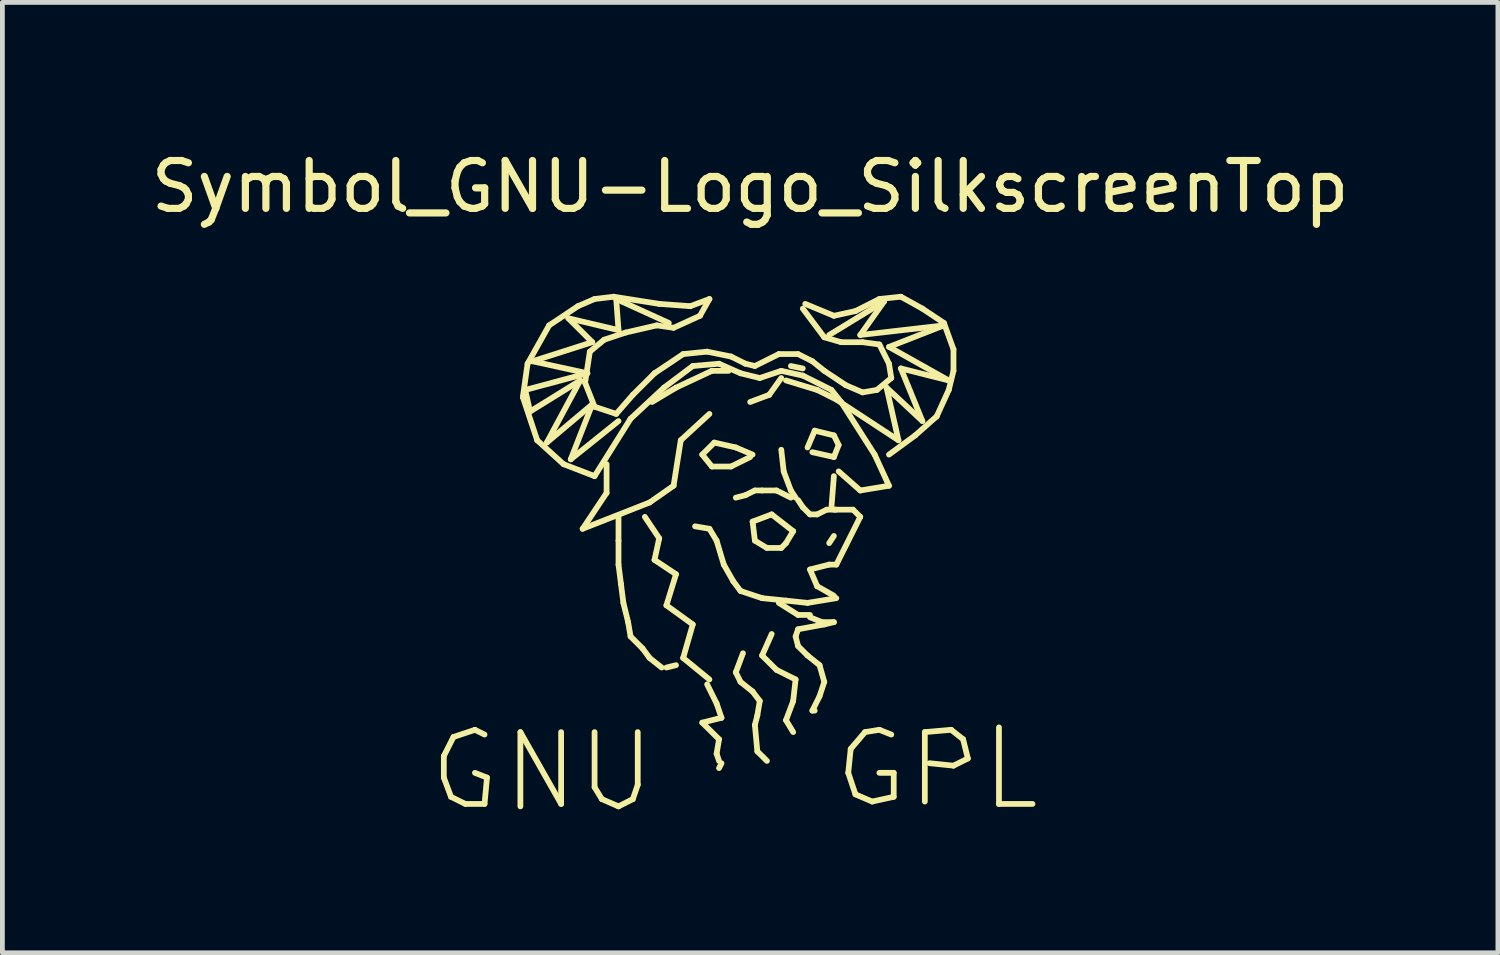
<source format=kicad_pcb>
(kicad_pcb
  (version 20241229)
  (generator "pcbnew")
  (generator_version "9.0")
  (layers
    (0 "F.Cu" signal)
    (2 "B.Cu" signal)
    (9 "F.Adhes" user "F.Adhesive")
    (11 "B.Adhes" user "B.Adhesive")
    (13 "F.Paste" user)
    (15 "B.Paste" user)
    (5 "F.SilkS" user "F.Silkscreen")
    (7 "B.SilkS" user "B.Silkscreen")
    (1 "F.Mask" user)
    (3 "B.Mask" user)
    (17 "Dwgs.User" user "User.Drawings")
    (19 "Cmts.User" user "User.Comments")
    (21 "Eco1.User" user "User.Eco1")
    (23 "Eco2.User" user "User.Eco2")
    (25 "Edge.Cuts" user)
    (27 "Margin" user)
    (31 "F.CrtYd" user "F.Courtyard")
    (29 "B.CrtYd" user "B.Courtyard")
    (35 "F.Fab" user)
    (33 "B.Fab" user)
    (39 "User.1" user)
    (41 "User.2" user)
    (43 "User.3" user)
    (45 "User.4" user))
  (footprint "Symbol_GNU-Logo_SilkscreenTop"
    (layer "F.Cu")
    (at 12.625 6.899)
    (property "Reference" "Symbol_GNU-Logo_SilkscreenTop" (at 0 -6.05 0) (layer "F.SilkS") (effects (font (size 1 1) (thickness 0.15))))
    (attr exclude_from_pos_files exclude_from_bom)
    (fp_line (start -6.401 5.85) (end -6.401 6.299) (stroke (width 0.12) (type solid)) (layer "F.SilkS"))
    (fp_line (start -6.401 6.299) (end -6.251 6.701) (stroke (width 0.12) (type solid)) (layer "F.SilkS"))
    (fp_line (start -6.251 6.701) (end -5.951 6.85) (stroke (width 0.12) (type solid)) (layer "F.SilkS"))
    (fp_line (start -6.2 5.451) (end -6.401 5.85) (stroke (width 0.12) (type solid)) (layer "F.SilkS"))
    (fp_line (start -5.951 6.85) (end -5.55 6.85) (stroke (width 0.12) (type solid)) (layer "F.SilkS"))
    (fp_line (start -5.751 5.301) (end -6.2 5.451) (stroke (width 0.12) (type solid)) (layer "F.SilkS"))
    (fp_line (start -5.55 5.4) (end -5.751 5.301) (stroke (width 0.12) (type solid)) (layer "F.SilkS"))
    (fp_line (start -5.55 6.85) (end -5.499 6.299) (stroke (width 0.12) (type solid)) (layer "F.SilkS"))
    (fp_line (start -5.499 6.299) (end -5.751 6.2) (stroke (width 0.12) (type solid)) (layer "F.SilkS"))
    (fp_line (start -4.801 5.349) (end -3.95 6.85) (stroke (width 0.12) (type solid)) (layer "F.SilkS"))
    (fp_line (start -4.801 6.901) (end -4.801 5.349) (stroke (width 0.12) (type solid)) (layer "F.SilkS"))
    (fp_line (start -4.75 -1.651) (end -4.45 -0.749) (stroke (width 0.12) (type solid)) (layer "F.SilkS"))
    (fp_line (start -4.699 -1.801) (end -3.401 -2.149) (stroke (width 0.12) (type solid)) (layer "F.SilkS"))
    (fp_line (start -4.651 -2.349) (end -4.75 -1.651) (stroke (width 0.12) (type solid)) (layer "F.SilkS"))
    (fp_line (start -4.6 -1.349) (end -4.699 -1.801) (stroke (width 0.12) (type solid)) (layer "F.SilkS"))
    (fp_line (start -4.549 -2.4) (end -3.299 -2.799) (stroke (width 0.12) (type solid)) (layer "F.SilkS"))
    (fp_line (start -4.45 -0.749) (end -3.899 -0.249) (stroke (width 0.12) (type solid)) (layer "F.SilkS"))
    (fp_line (start -4.249 -0.701) (end -3.551 -1.999) (stroke (width 0.12) (type solid)) (layer "F.SilkS"))
    (fp_line (start -4.201 -3.15) (end -4.651 -2.349) (stroke (width 0.12) (type solid)) (layer "F.SilkS"))
    (fp_line (start -3.95 6.85) (end -3.95 5.349) (stroke (width 0.12) (type solid)) (layer "F.SilkS"))
    (fp_line (start -3.899 -0.249) (end -3.251 0) (stroke (width 0.12) (type solid)) (layer "F.SilkS"))
    (fp_line (start -3.8 -3.299) (end -2.751 -3.051) (stroke (width 0.12) (type solid)) (layer "F.SilkS"))
    (fp_line (start -3.749 -0.351) (end -3.299 -1.501) (stroke (width 0.12) (type solid)) (layer "F.SilkS"))
    (fp_line (start -3.599 -3.551) (end -4.201 -3.15) (stroke (width 0.12) (type solid)) (layer "F.SilkS"))
    (fp_line (start -3.551 -1.999) (end -4.6 -1.349) (stroke (width 0.12) (type solid)) (layer "F.SilkS"))
    (fp_line (start -3.5 1.1) (end -2.101 0.551) (stroke (width 0.12) (type solid)) (layer "F.SilkS"))
    (fp_line (start -3.449 -1.951) (end -3.35 -2.601) (stroke (width 0.12) (type solid)) (layer "F.SilkS"))
    (fp_line (start -3.401 -2.149) (end -4.549 -2.4) (stroke (width 0.12) (type solid)) (layer "F.SilkS"))
    (fp_line (start -3.35 -2.601) (end -3.051 -2.85) (stroke (width 0.12) (type solid)) (layer "F.SilkS"))
    (fp_line (start -3.299 -2.799) (end -3.8 -3.299) (stroke (width 0.12) (type solid)) (layer "F.SilkS"))
    (fp_line (start -3.299 -1.501) (end -4.249 -0.701) (stroke (width 0.12) (type solid)) (layer "F.SilkS"))
    (fp_line (start -3.251 -3.701) (end -3.599 -3.551) (stroke (width 0.12) (type solid)) (layer "F.SilkS"))
    (fp_line (start -3.251 -1.45) (end -3.449 -1.951) (stroke (width 0.12) (type solid)) (layer "F.SilkS"))
    (fp_line (start -3.251 0) (end -2.499 -1.199) (stroke (width 0.12) (type solid)) (layer "F.SilkS"))
    (fp_line (start -3.251 5.349) (end -3.251 6.5) (stroke (width 0.12) (type solid)) (layer "F.SilkS"))
    (fp_line (start -3.251 6.5) (end -3.099 6.749) (stroke (width 0.12) (type solid)) (layer "F.SilkS"))
    (fp_line (start -3.099 6.749) (end -2.751 6.901) (stroke (width 0.12) (type solid)) (layer "F.SilkS"))
    (fp_line (start -3.051 -2.85) (end -2.601 -3) (stroke (width 0.12) (type solid)) (layer "F.SilkS"))
    (fp_line (start -3 -0.249) (end -3 0.351) (stroke (width 0.12) (type solid)) (layer "F.SilkS"))
    (fp_line (start -3 0.351) (end -3.5 1.1) (stroke (width 0.12) (type solid)) (layer "F.SilkS"))
    (fp_line (start -2.85 -3.749) (end -3.251 -3.701) (stroke (width 0.12) (type solid)) (layer "F.SilkS"))
    (fp_line (start -2.799 -3.701) (end -1.699 -3.2) (stroke (width 0.12) (type solid)) (layer "F.SilkS"))
    (fp_line (start -2.799 -1.3) (end -3.251 -1.45) (stroke (width 0.12) (type solid)) (layer "F.SilkS"))
    (fp_line (start -2.751 -3.051) (end -2.799 -3.701) (stroke (width 0.12) (type solid)) (layer "F.SilkS"))
    (fp_line (start -2.751 -1.151) (end -3.749 -0.351) (stroke (width 0.12) (type solid)) (layer "F.SilkS"))
    (fp_line (start -2.751 1.349) (end -2.751 0.851) (stroke (width 0.12) (type solid)) (layer "F.SilkS"))
    (fp_line (start -2.751 1.849) (end -2.751 1.349) (stroke (width 0.12) (type solid)) (layer "F.SilkS"))
    (fp_line (start -2.751 6.901) (end -2.451 6.749) (stroke (width 0.12) (type solid)) (layer "F.SilkS"))
    (fp_line (start -2.7 2.25) (end -2.751 1.849) (stroke (width 0.12) (type solid)) (layer "F.SilkS"))
    (fp_line (start -2.649 2.649) (end -2.7 2.25) (stroke (width 0.12) (type solid)) (layer "F.SilkS"))
    (fp_line (start -2.601 -3) (end -1.951 -3.15) (stroke (width 0.12) (type solid)) (layer "F.SilkS"))
    (fp_line (start -2.55 3.051) (end -2.649 2.649) (stroke (width 0.12) (type solid)) (layer "F.SilkS"))
    (fp_line (start -2.499 -1.199) (end -1.801 -1.849) (stroke (width 0.12) (type solid)) (layer "F.SilkS"))
    (fp_line (start -2.499 3.35) (end -2.55 3.051) (stroke (width 0.12) (type solid)) (layer "F.SilkS"))
    (fp_line (start -2.451 -1.699) (end -2.799 -1.3) (stroke (width 0.12) (type solid)) (layer "F.SilkS"))
    (fp_line (start -2.451 6.749) (end -2.349 6.449) (stroke (width 0.12) (type solid)) (layer "F.SilkS"))
    (fp_line (start -2.349 6.449) (end -2.349 5.349) (stroke (width 0.12) (type solid)) (layer "F.SilkS"))
    (fp_line (start -2.25 3.599) (end -2.499 3.35) (stroke (width 0.12) (type solid)) (layer "F.SilkS"))
    (fp_line (start -2.2 0.851) (end -1.9 1.3) (stroke (width 0.12) (type solid)) (layer "F.SilkS"))
    (fp_line (start -2.101 0.551) (end -1.6 0.201) (stroke (width 0.12) (type solid)) (layer "F.SilkS"))
    (fp_line (start -2.101 3.8) (end -2.25 3.599) (stroke (width 0.12) (type solid)) (layer "F.SilkS"))
    (fp_line (start -2.05 -1.549) (end -1.549 -1.849) (stroke (width 0.12) (type solid)) (layer "F.SilkS"))
    (fp_line (start -1.999 -2.149) (end -2.451 -1.699) (stroke (width 0.12) (type solid)) (layer "F.SilkS"))
    (fp_line (start -1.999 1.75) (end -1.549 2.05) (stroke (width 0.12) (type solid)) (layer "F.SilkS"))
    (fp_line (start -1.951 -3.15) (end -1.6 -3.099) (stroke (width 0.12) (type solid)) (layer "F.SilkS"))
    (fp_line (start -1.9 -3.599) (end -2.85 -3.749) (stroke (width 0.12) (type solid)) (layer "F.SilkS"))
    (fp_line (start -1.9 1.3) (end -1.999 1.75) (stroke (width 0.12) (type solid)) (layer "F.SilkS"))
    (fp_line (start -1.849 4) (end -2.101 3.8) (stroke (width 0.12) (type solid)) (layer "F.SilkS"))
    (fp_line (start -1.801 -1.849) (end -1.199 -2.301) (stroke (width 0.12) (type solid)) (layer "F.SilkS"))
    (fp_line (start -1.75 2.7) (end -1.199 3.099) (stroke (width 0.12) (type solid)) (layer "F.SilkS"))
    (fp_line (start -1.75 4) (end -1.549 3.95) (stroke (width 0.12) (type solid)) (layer "F.SilkS"))
    (fp_line (start -1.6 -3.099) (end -1.049 -3.35) (stroke (width 0.12) (type solid)) (layer "F.SilkS"))
    (fp_line (start -1.6 0.201) (end -1.45 -0.749) (stroke (width 0.12) (type solid)) (layer "F.SilkS"))
    (fp_line (start -1.549 -1.849) (end -0.8 -2.2) (stroke (width 0.12) (type solid)) (layer "F.SilkS"))
    (fp_line (start -1.549 2.05) (end -1.75 2.7) (stroke (width 0.12) (type solid)) (layer "F.SilkS"))
    (fp_line (start -1.45 -0.749) (end -0.851 -1.3) (stroke (width 0.12) (type solid)) (layer "F.SilkS"))
    (fp_line (start -1.4 -2.55) (end -1.999 -2.149) (stroke (width 0.12) (type solid)) (layer "F.SilkS"))
    (fp_line (start -1.4 3.8) (end -0.851 4.249) (stroke (width 0.12) (type solid)) (layer "F.SilkS"))
    (fp_line (start -1.25 -3.551) (end -1.9 -3.599) (stroke (width 0.12) (type solid)) (layer "F.SilkS"))
    (fp_line (start -1.199 -2.301) (end -0.65 -2.349) (stroke (width 0.12) (type solid)) (layer "F.SilkS"))
    (fp_line (start -1.199 3.099) (end -1.4 3.8) (stroke (width 0.12) (type solid)) (layer "F.SilkS"))
    (fp_line (start -1.049 -3.35) (end -0.851 -3.701) (stroke (width 0.12) (type solid)) (layer "F.SilkS"))
    (fp_line (start -1.001 -0.45) (end -0.8 -0.201) (stroke (width 0.12) (type solid)) (layer "F.SilkS"))
    (fp_line (start -1.001 5.151) (end -0.65 5.499) (stroke (width 0.12) (type solid)) (layer "F.SilkS"))
    (fp_line (start -0.899 -2.601) (end -1.4 -2.55) (stroke (width 0.12) (type solid)) (layer "F.SilkS"))
    (fp_line (start -0.899 4.351) (end -0.701 4.75) (stroke (width 0.12) (type solid)) (layer "F.SilkS"))
    (fp_line (start -0.851 -3.701) (end -1.25 -3.551) (stroke (width 0.12) (type solid)) (layer "F.SilkS"))
    (fp_line (start -0.851 1.1) (end -1.151 1.049) (stroke (width 0.12) (type solid)) (layer "F.SilkS"))
    (fp_line (start -0.8 -2.2) (end -0.45 -2.2) (stroke (width 0.12) (type solid)) (layer "F.SilkS"))
    (fp_line (start -0.8 -0.201) (end -0.399 -0.201) (stroke (width 0.12) (type solid)) (layer "F.SilkS"))
    (fp_line (start -0.749 -0.701) (end -1.001 -0.45) (stroke (width 0.12) (type solid)) (layer "F.SilkS"))
    (fp_line (start -0.701 1.349) (end -0.851 1.1) (stroke (width 0.12) (type solid)) (layer "F.SilkS"))
    (fp_line (start -0.701 4.75) (end -0.599 5.05) (stroke (width 0.12) (type solid)) (layer "F.SilkS"))
    (fp_line (start -0.701 5.799) (end -0.65 5.951) (stroke (width 0.12) (type solid)) (layer "F.SilkS"))
    (fp_line (start -0.65 -2.349) (end -0.201 -2.149) (stroke (width 0.12) (type solid)) (layer "F.SilkS"))
    (fp_line (start -0.65 5.499) (end -0.701 5.799) (stroke (width 0.12) (type solid)) (layer "F.SilkS"))
    (fp_line (start -0.599 5.05) (end -1.001 5.151) (stroke (width 0.12) (type solid)) (layer "F.SilkS"))
    (fp_line (start -0.599 5.999) (end -0.65 6.101) (stroke (width 0.12) (type solid)) (layer "F.SilkS"))
    (fp_line (start -0.551 1.849) (end -0.701 1.349) (stroke (width 0.12) (type solid)) (layer "F.SilkS"))
    (fp_line (start -0.399 -2.499) (end -0.899 -2.601) (stroke (width 0.12) (type solid)) (layer "F.SilkS"))
    (fp_line (start -0.399 -0.201) (end 0 -0.399) (stroke (width 0.12) (type solid)) (layer "F.SilkS"))
    (fp_line (start -0.351 2.2) (end -0.551 1.849) (stroke (width 0.12) (type solid)) (layer "F.SilkS"))
    (fp_line (start -0.3 -0.599) (end -0.749 -0.701) (stroke (width 0.12) (type solid)) (layer "F.SilkS"))
    (fp_line (start -0.3 4.1) (end -0.201 4.3) (stroke (width 0.12) (type solid)) (layer "F.SilkS"))
    (fp_line (start -0.201 -2.149) (end 0.201 -2.05) (stroke (width 0.12) (type solid)) (layer "F.SilkS"))
    (fp_line (start -0.201 2.4) (end -0.351 2.2) (stroke (width 0.12) (type solid)) (layer "F.SilkS"))
    (fp_line (start -0.201 4.3) (end 0.051 4.501) (stroke (width 0.12) (type solid)) (layer "F.SilkS"))
    (fp_line (start -0.15 3.701) (end -0.3 4.1) (stroke (width 0.12) (type solid)) (layer "F.SilkS"))
    (fp_line (start -0.099 -2.349) (end -0.399 -2.499) (stroke (width 0.12) (type solid)) (layer "F.SilkS"))
    (fp_line (start -0.099 0.399) (end -0.3 0.45) (stroke (width 0.12) (type solid)) (layer "F.SilkS"))
    (fp_line (start 0 -1.549) (end 0.399 -1.699) (stroke (width 0.12) (type solid)) (layer "F.SilkS"))
    (fp_line (start 0.051 -0.45) (end -0.3 -0.599) (stroke (width 0.12) (type solid)) (layer "F.SilkS"))
    (fp_line (start 0.051 0.95) (end 0.099 1.349) (stroke (width 0.12) (type solid)) (layer "F.SilkS"))
    (fp_line (start 0.051 4.501) (end 0.201 4.699) (stroke (width 0.12) (type solid)) (layer "F.SilkS"))
    (fp_line (start 0.099 -2.301) (end -0.099 -2.349) (stroke (width 0.12) (type solid)) (layer "F.SilkS"))
    (fp_line (start 0.099 0.3) (end -0.099 0.399) (stroke (width 0.12) (type solid)) (layer "F.SilkS"))
    (fp_line (start 0.099 1.349) (end 0.351 1.501) (stroke (width 0.12) (type solid)) (layer "F.SilkS"))
    (fp_line (start 0.099 5.199) (end 0.15 5.751) (stroke (width 0.12) (type solid)) (layer "F.SilkS"))
    (fp_line (start 0.15 5.001) (end 0.099 5.199) (stroke (width 0.12) (type solid)) (layer "F.SilkS"))
    (fp_line (start 0.15 5.751) (end 0.351 5.951) (stroke (width 0.12) (type solid)) (layer "F.SilkS"))
    (fp_line (start 0.201 -2.05) (end 0.65 -2.2) (stroke (width 0.12) (type solid)) (layer "F.SilkS"))
    (fp_line (start 0.201 4.699) (end 0.15 5.001) (stroke (width 0.12) (type solid)) (layer "F.SilkS"))
    (fp_line (start 0.249 0.3) (end 0.099 0.3) (stroke (width 0.12) (type solid)) (layer "F.SilkS"))
    (fp_line (start 0.249 2.55) (end -0.201 2.4) (stroke (width 0.12) (type solid)) (layer "F.SilkS"))
    (fp_line (start 0.249 3.749) (end 0.551 4.049) (stroke (width 0.12) (type solid)) (layer "F.SilkS"))
    (fp_line (start 0.351 1.501) (end 0.65 1.501) (stroke (width 0.12) (type solid)) (layer "F.SilkS"))
    (fp_line (start 0.399 -1.699) (end 0.65 -2.05) (stroke (width 0.12) (type solid)) (layer "F.SilkS"))
    (fp_line (start 0.45 0.8) (end 0.051 0.95) (stroke (width 0.12) (type solid)) (layer "F.SilkS"))
    (fp_line (start 0.45 3.299) (end 0.249 3.749) (stroke (width 0.12) (type solid)) (layer "F.SilkS"))
    (fp_line (start 0.551 0.3) (end 0.249 0.3) (stroke (width 0.12) (type solid)) (layer "F.SilkS"))
    (fp_line (start 0.551 4.049) (end 0.95 4.249) (stroke (width 0.12) (type solid)) (layer "F.SilkS"))
    (fp_line (start 0.599 -2.55) (end 0.099 -2.301) (stroke (width 0.12) (type solid)) (layer "F.SilkS"))
    (fp_line (start 0.599 2.649) (end 1.001 2.901) (stroke (width 0.12) (type solid)) (layer "F.SilkS"))
    (fp_line (start 0.65 -2.2) (end 1.1 -2.101) (stroke (width 0.12) (type solid)) (layer "F.SilkS"))
    (fp_line (start 0.65 -0.551) (end 0.701 -0.099) (stroke (width 0.12) (type solid)) (layer "F.SilkS"))
    (fp_line (start 0.65 1.501) (end 0.749 1.4) (stroke (width 0.12) (type solid)) (layer "F.SilkS"))
    (fp_line (start 0.701 -0.099) (end 0.851 0.3) (stroke (width 0.12) (type solid)) (layer "F.SilkS"))
    (fp_line (start 0.749 -1.999) (end 1.4 -1.801) (stroke (width 0.12) (type solid)) (layer "F.SilkS"))
    (fp_line (start 0.749 1.4) (end 0.899 1.151) (stroke (width 0.12) (type solid)) (layer "F.SilkS"))
    (fp_line (start 0.749 2.601) (end 0.249 2.55) (stroke (width 0.12) (type solid)) (layer "F.SilkS"))
    (fp_line (start 0.749 5.1) (end 0.899 5.349) (stroke (width 0.12) (type solid)) (layer "F.SilkS"))
    (fp_line (start 0.851 -2.301) (end 1.1 -2.25) (stroke (width 0.12) (type solid)) (layer "F.SilkS"))
    (fp_line (start 0.851 0.3) (end 0.95 0.45) (stroke (width 0.12) (type solid)) (layer "F.SilkS"))
    (fp_line (start 0.851 0.45) (end 0.551 0.3) (stroke (width 0.12) (type solid)) (layer "F.SilkS"))
    (fp_line (start 0.899 1.151) (end 0.45 0.8) (stroke (width 0.12) (type solid)) (layer "F.SilkS"))
    (fp_line (start 0.899 4.699) (end 0.749 5.1) (stroke (width 0.12) (type solid)) (layer "F.SilkS"))
    (fp_line (start 0.95 3.35) (end 1.001 3.551) (stroke (width 0.12) (type solid)) (layer "F.SilkS"))
    (fp_line (start 0.95 4.249) (end 0.899 4.699) (stroke (width 0.12) (type solid)) (layer "F.SilkS"))
    (fp_line (start 1.001 -2.55) (end 0.599 -2.55) (stroke (width 0.12) (type solid)) (layer "F.SilkS"))
    (fp_line (start 1.001 0.5) (end 1.1 0.65) (stroke (width 0.12) (type solid)) (layer "F.SilkS"))
    (fp_line (start 1.001 2.901) (end 1.25 2.901) (stroke (width 0.12) (type solid)) (layer "F.SilkS"))
    (fp_line (start 1.001 3.2) (end 0.95 3.35) (stroke (width 0.12) (type solid)) (layer "F.SilkS"))
    (fp_line (start 1.001 3.551) (end 1.199 3.749) (stroke (width 0.12) (type solid)) (layer "F.SilkS"))
    (fp_line (start 1.1 -3.5) (end 1.549 -2.901) (stroke (width 0.12) (type solid)) (layer "F.SilkS"))
    (fp_line (start 1.1 -2.101) (end 1.699 -1.801) (stroke (width 0.12) (type solid)) (layer "F.SilkS"))
    (fp_line (start 1.1 0.65) (end 1.25 0.8) (stroke (width 0.12) (type solid)) (layer "F.SilkS"))
    (fp_line (start 1.151 -3.599) (end 1.75 -3.35) (stroke (width 0.12) (type solid)) (layer "F.SilkS"))
    (fp_line (start 1.199 -0.599) (end 1.349 -0.95) (stroke (width 0.12) (type solid)) (layer "F.SilkS"))
    (fp_line (start 1.199 2.649) (end 0.749 2.601) (stroke (width 0.12) (type solid)) (layer "F.SilkS"))
    (fp_line (start 1.199 3.749) (end 1.45 3.95) (stroke (width 0.12) (type solid)) (layer "F.SilkS"))
    (fp_line (start 1.25 0.8) (end 1.4 0.8) (stroke (width 0.12) (type solid)) (layer "F.SilkS"))
    (fp_line (start 1.25 1.951) (end 1.4 2.301) (stroke (width 0.12) (type solid)) (layer "F.SilkS"))
    (fp_line (start 1.25 2.949) (end 1.501 3.051) (stroke (width 0.12) (type solid)) (layer "F.SilkS"))
    (fp_line (start 1.3 -2.4) (end 1.001 -2.55) (stroke (width 0.12) (type solid)) (layer "F.SilkS"))
    (fp_line (start 1.3 4.9) (end 1.349 4.9) (stroke (width 0.12) (type solid)) (layer "F.SilkS"))
    (fp_line (start 1.349 -0.95) (end 1.75 -0.851) (stroke (width 0.12) (type solid)) (layer "F.SilkS"))
    (fp_line (start 1.4 -1.801) (end 1.801 -1.6) (stroke (width 0.12) (type solid)) (layer "F.SilkS"))
    (fp_line (start 1.4 0.8) (end 1.6 0.701) (stroke (width 0.12) (type solid)) (layer "F.SilkS"))
    (fp_line (start 1.4 2.301) (end 1.75 2.499) (stroke (width 0.12) (type solid)) (layer "F.SilkS"))
    (fp_line (start 1.45 3.95) (end 1.549 4.3) (stroke (width 0.12) (type solid)) (layer "F.SilkS"))
    (fp_line (start 1.45 4.6) (end 1.3 4.9) (stroke (width 0.12) (type solid)) (layer "F.SilkS"))
    (fp_line (start 1.501 3.051) (end 1.75 3.051) (stroke (width 0.12) (type solid)) (layer "F.SilkS"))
    (fp_line (start 1.549 -2.901) (end 1.9 -2.799) (stroke (width 0.12) (type solid)) (layer "F.SilkS"))
    (fp_line (start 1.549 -2.2) (end 1.3 -2.4) (stroke (width 0.12) (type solid)) (layer "F.SilkS"))
    (fp_line (start 1.549 3.099) (end 1.001 3.2) (stroke (width 0.12) (type solid)) (layer "F.SilkS"))
    (fp_line (start 1.549 4.3) (end 1.45 4.6) (stroke (width 0.12) (type solid)) (layer "F.SilkS"))
    (fp_line (start 1.6 0.701) (end 1.801 0.701) (stroke (width 0.12) (type solid)) (layer "F.SilkS"))
    (fp_line (start 1.651 1.849) (end 1.25 1.951) (stroke (width 0.12) (type solid)) (layer "F.SilkS"))
    (fp_line (start 1.699 -1.801) (end 1.9 -1.549) (stroke (width 0.12) (type solid)) (layer "F.SilkS"))
    (fp_line (start 1.75 -3.35) (end 2.2 -3.449) (stroke (width 0.12) (type solid)) (layer "F.SilkS"))
    (fp_line (start 1.75 -0.851) (end 1.849 -0.65) (stroke (width 0.12) (type solid)) (layer "F.SilkS"))
    (fp_line (start 1.75 -0.399) (end 1.3 -0.5) (stroke (width 0.12) (type solid)) (layer "F.SilkS"))
    (fp_line (start 1.75 0) (end 1.699 0.65) (stroke (width 0.12) (type solid)) (layer "F.SilkS"))
    (fp_line (start 1.75 0.701) (end 2.149 0.701) (stroke (width 0.12) (type solid)) (layer "F.SilkS"))
    (fp_line (start 1.75 1.25) (end 1.651 1.4) (stroke (width 0.12) (type solid)) (layer "F.SilkS"))
    (fp_line (start 1.75 3.051) (end 1.549 3.099) (stroke (width 0.12) (type solid)) (layer "F.SilkS"))
    (fp_line (start 1.801 -1.6) (end 3.099 -0.749) (stroke (width 0.12) (type solid)) (layer "F.SilkS"))
    (fp_line (start 1.801 1.849) (end 1.651 1.849) (stroke (width 0.12) (type solid)) (layer "F.SilkS"))
    (fp_line (start 1.801 2.55) (end 1.199 2.649) (stroke (width 0.12) (type solid)) (layer "F.SilkS"))
    (fp_line (start 1.849 -0.65) (end 1.75 -0.399) (stroke (width 0.12) (type solid)) (layer "F.SilkS"))
    (fp_line (start 1.9 -2.799) (end 2.349 -2.799) (stroke (width 0.12) (type solid)) (layer "F.SilkS"))
    (fp_line (start 1.9 -1.549) (end 2.601 -0.45) (stroke (width 0.12) (type solid)) (layer "F.SilkS"))
    (fp_line (start 1.999 -1.9) (end 1.549 -2.2) (stroke (width 0.12) (type solid)) (layer "F.SilkS"))
    (fp_line (start 2.05 6.2) (end 2.2 6.65) (stroke (width 0.12) (type solid)) (layer "F.SilkS"))
    (fp_line (start 2.101 5.7) (end 2.05 6.2) (stroke (width 0.12) (type solid)) (layer "F.SilkS"))
    (fp_line (start 2.149 0.701) (end 2.301 0.851) (stroke (width 0.12) (type solid)) (layer "F.SilkS"))
    (fp_line (start 2.2 -3.449) (end 2.7 -3.701) (stroke (width 0.12) (type solid)) (layer "F.SilkS"))
    (fp_line (start 2.2 6.65) (end 2.55 6.8) (stroke (width 0.12) (type solid)) (layer "F.SilkS"))
    (fp_line (start 2.301 -2.949) (end 2.799 -3.65) (stroke (width 0.12) (type solid)) (layer "F.SilkS"))
    (fp_line (start 2.301 0.3) (end 1.849 -0.099) (stroke (width 0.12) (type solid)) (layer "F.SilkS"))
    (fp_line (start 2.301 0.851) (end 1.801 1.849) (stroke (width 0.12) (type solid)) (layer "F.SilkS"))
    (fp_line (start 2.349 -2.799) (end 2.7 -2.751) (stroke (width 0.12) (type solid)) (layer "F.SilkS"))
    (fp_line (start 2.349 -1.75) (end 1.999 -1.9) (stroke (width 0.12) (type solid)) (layer "F.SilkS"))
    (fp_line (start 2.4 5.349) (end 2.101 5.7) (stroke (width 0.12) (type solid)) (layer "F.SilkS"))
    (fp_line (start 2.55 6.8) (end 3 6.701) (stroke (width 0.12) (type solid)) (layer "F.SilkS"))
    (fp_line (start 2.601 -0.45) (end 2.901 0.201) (stroke (width 0.12) (type solid)) (layer "F.SilkS"))
    (fp_line (start 2.649 -1.801) (end 2.349 -1.75) (stroke (width 0.12) (type solid)) (layer "F.SilkS"))
    (fp_line (start 2.7 -3.701) (end 3.15 -3.749) (stroke (width 0.12) (type solid)) (layer "F.SilkS"))
    (fp_line (start 2.7 -2.751) (end 2.901 -2.349) (stroke (width 0.12) (type solid)) (layer "F.SilkS"))
    (fp_line (start 2.7 5.301) (end 2.4 5.349) (stroke (width 0.12) (type solid)) (layer "F.SilkS"))
    (fp_line (start 2.799 -3.65) (end 1.651 -2.949) (stroke (width 0.12) (type solid)) (layer "F.SilkS"))
    (fp_line (start 2.85 -1.849) (end 3.599 -1.151) (stroke (width 0.12) (type solid)) (layer "F.SilkS"))
    (fp_line (start 2.901 -2.7) (end 4.049 -3.15) (stroke (width 0.12) (type solid)) (layer "F.SilkS"))
    (fp_line (start 2.901 -2.349) (end 2.949 -2.05) (stroke (width 0.12) (type solid)) (layer "F.SilkS"))
    (fp_line (start 2.901 0.201) (end 2.301 0.3) (stroke (width 0.12) (type solid)) (layer "F.SilkS"))
    (fp_line (start 2.949 -2.05) (end 2.649 -1.801) (stroke (width 0.12) (type solid)) (layer "F.SilkS"))
    (fp_line (start 2.949 5.4) (end 2.7 5.301) (stroke (width 0.12) (type solid)) (layer "F.SilkS"))
    (fp_line (start 3 6.2) (end 2.7 6.2) (stroke (width 0.12) (type solid)) (layer "F.SilkS"))
    (fp_line (start 3 6.701) (end 3 6.2) (stroke (width 0.12) (type solid)) (layer "F.SilkS"))
    (fp_line (start 3.099 -0.749) (end 2.85 -1.849) (stroke (width 0.12) (type solid)) (layer "F.SilkS"))
    (fp_line (start 3.15 -3.749) (end 3.599 -3.5) (stroke (width 0.12) (type solid)) (layer "F.SilkS"))
    (fp_line (start 3.15 -2.25) (end 4.15 -1.999) (stroke (width 0.12) (type solid)) (layer "F.SilkS"))
    (fp_line (start 3.449 -0.851) (end 2.901 -0.45) (stroke (width 0.12) (type solid)) (layer "F.SilkS"))
    (fp_line (start 3.599 -3.5) (end 4.049 -3.2) (stroke (width 0.12) (type solid)) (layer "F.SilkS"))
    (fp_line (start 3.599 -1.151) (end 3.15 -2.25) (stroke (width 0.12) (type solid)) (layer "F.SilkS"))
    (fp_line (start 3.65 5.349) (end 4.201 5.301) (stroke (width 0.12) (type solid)) (layer "F.SilkS"))
    (fp_line (start 3.65 6.8) (end 3.65 5.349) (stroke (width 0.12) (type solid)) (layer "F.SilkS"))
    (fp_line (start 3.899 -1.25) (end 3.449 -0.851) (stroke (width 0.12) (type solid)) (layer "F.SilkS"))
    (fp_line (start 4.049 -3.2) (end 4.249 -2.649) (stroke (width 0.12) (type solid)) (layer "F.SilkS"))
    (fp_line (start 4.049 -3.15) (end 2.301 -2.949) (stroke (width 0.12) (type solid)) (layer "F.SilkS"))
    (fp_line (start 4.15 -1.999) (end 2.901 -2.7) (stroke (width 0.12) (type solid)) (layer "F.SilkS"))
    (fp_line (start 4.15 -1.801) (end 3.899 -1.25) (stroke (width 0.12) (type solid)) (layer "F.SilkS"))
    (fp_line (start 4.201 5.301) (end 4.45 5.499) (stroke (width 0.12) (type solid)) (layer "F.SilkS"))
    (fp_line (start 4.249 -2.649) (end 4.249 -2.2) (stroke (width 0.12) (type solid)) (layer "F.SilkS"))
    (fp_line (start 4.249 -2.2) (end 4.15 -1.801) (stroke (width 0.12) (type solid)) (layer "F.SilkS"))
    (fp_line (start 4.249 6.05) (end 3.749 5.999) (stroke (width 0.12) (type solid)) (layer "F.SilkS"))
    (fp_line (start 4.45 5.499) (end 4.549 5.9) (stroke (width 0.12) (type solid)) (layer "F.SilkS"))
    (fp_line (start 4.549 5.9) (end 4.249 6.05) (stroke (width 0.12) (type solid)) (layer "F.SilkS"))
    (fp_line (start 5.199 5.25) (end 5.199 6.85) (stroke (width 0.12) (type solid)) (layer "F.SilkS"))
    (fp_line (start 5.199 6.85) (end 5.9 6.85) (stroke (width 0.12) (type solid)) (layer "F.SilkS")))
  (gr_rect
    (start -3 -3)
    (end 28.25 16.86)
    (stroke (width 0.1) (type default))
    (fill no)
    (layer "Edge.Cuts")))
</source>
